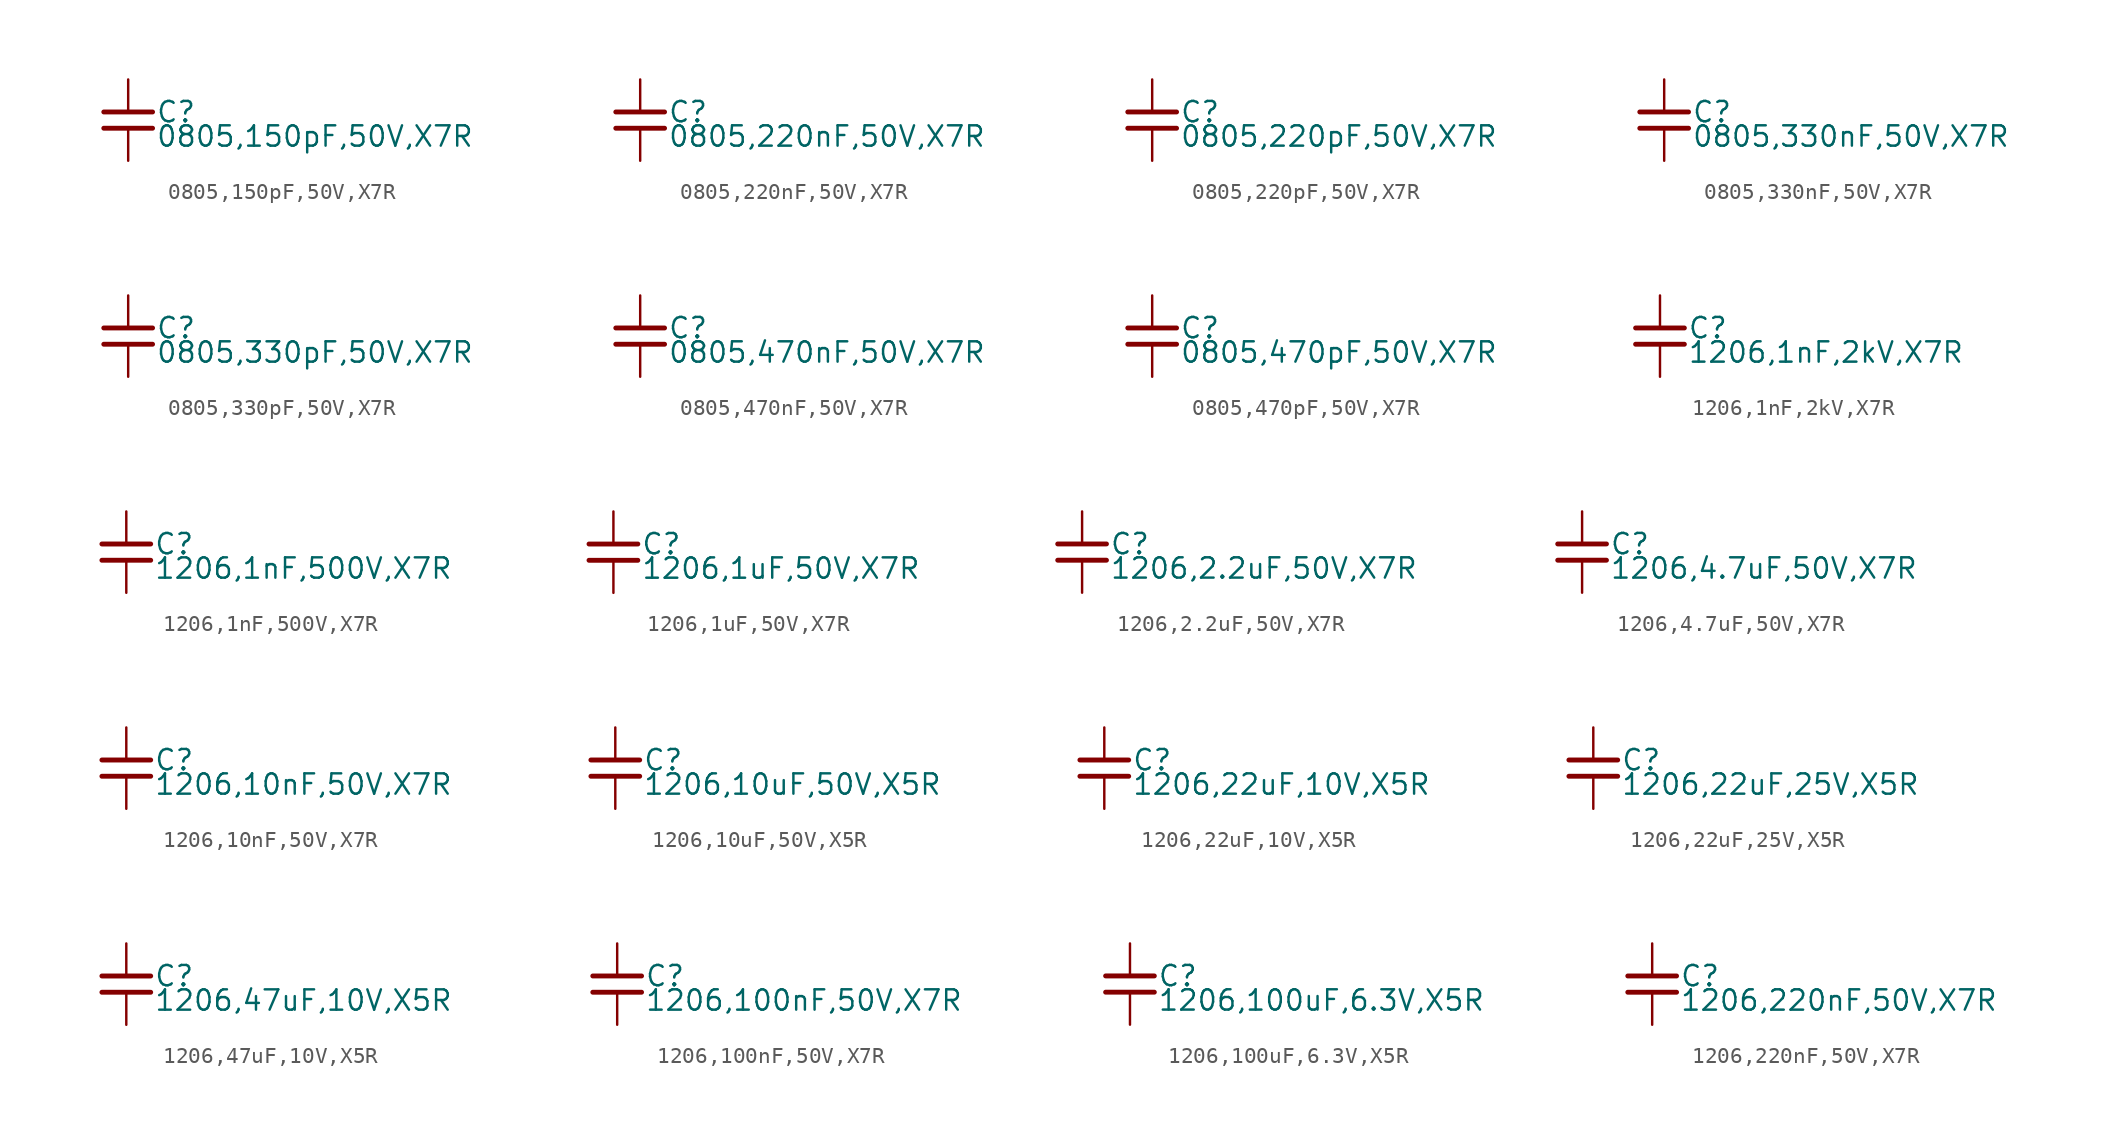
<source format=kicad_sym>
(kicad_symbol_lib
  (version 20231120)
  (generator "kicad_symbol_editor")
  (generator_version "8.0")
  (symbol "0805,150pF,50V,X7R "
    (property "Reference" "C"
      (at 1.71 0.508 0)
      (effects (font (size 1.27 1.27)) (justify left)))
    (property "Value" "0805,150pF,50V,X7R "
      (at 1.71 -1.016 0)
      (effects (font (size 1.27 1.27)) (justify left)))
    (property "ki_locked" ""
      (at 0 0 0)
      (effects (font (size 1.27 1.27))))
    (symbol "0805,150pF,50V,X7R _0_0"
      (polyline (pts (xy -1.524 -0.508) (xy 1.524 -0.508)) (stroke (width 0.305) (type default)) (fill (type none)))
      (polyline (pts (xy -1.524 0.508) (xy 1.524 0.508)) (stroke (width 0.305) (type default)) (fill (type none)))
      (pin passive line (at 0 2.54 270) (length 2.032) (name "~" (effects (font (size 0 0)))) (number "1" (effects (font (size 0 0)))))
      (pin passive line (at 0 -2.54 90) (length 2.032) (name "~" (effects (font (size 0 0)))) (number "2" (effects (font (size 0 0)))))))
  (symbol "0805,220nF,50V,X7R "
    (property "Reference" "C"
      (at 1.71 0.508 0)
      (effects (font (size 1.27 1.27)) (justify left)))
    (property "Value" "0805,220nF,50V,X7R "
      (at 1.71 -1.016 0)
      (effects (font (size 1.27 1.27)) (justify left)))
    (property "ki_locked" ""
      (at 0 0 0)
      (effects (font (size 1.27 1.27))))
    (symbol "0805,220nF,50V,X7R _0_0"
      (polyline (pts (xy -1.524 -0.508) (xy 1.524 -0.508)) (stroke (width 0.305) (type default)) (fill (type none)))
      (polyline (pts (xy -1.524 0.508) (xy 1.524 0.508)) (stroke (width 0.305) (type default)) (fill (type none)))
      (pin passive line (at 0 2.54 270) (length 2.032) (name "~" (effects (font (size 0 0)))) (number "1" (effects (font (size 0 0)))))
      (pin passive line (at 0 -2.54 90) (length 2.032) (name "~" (effects (font (size 0 0)))) (number "2" (effects (font (size 0 0)))))))
  (symbol "0805,220pF,50V,X7R "
    (property "Reference" "C"
      (at 1.71 0.508 0)
      (effects (font (size 1.27 1.27)) (justify left)))
    (property "Value" "0805,220pF,50V,X7R "
      (at 1.71 -1.016 0)
      (effects (font (size 1.27 1.27)) (justify left)))
    (property "ki_locked" ""
      (at 0 0 0)
      (effects (font (size 1.27 1.27))))
    (symbol "0805,220pF,50V,X7R _0_0"
      (polyline (pts (xy -1.524 -0.508) (xy 1.524 -0.508)) (stroke (width 0.305) (type default)) (fill (type none)))
      (polyline (pts (xy -1.524 0.508) (xy 1.524 0.508)) (stroke (width 0.305) (type default)) (fill (type none)))
      (pin passive line (at 0 2.54 270) (length 2.032) (name "~" (effects (font (size 0 0)))) (number "1" (effects (font (size 0 0)))))
      (pin passive line (at 0 -2.54 90) (length 2.032) (name "~" (effects (font (size 0 0)))) (number "2" (effects (font (size 0 0)))))))
  (symbol "0805,330nF,50V,X7R "
    (property "Reference" "C"
      (at 1.71 0.508 0)
      (effects (font (size 1.27 1.27)) (justify left)))
    (property "Value" "0805,330nF,50V,X7R "
      (at 1.71 -1.016 0)
      (effects (font (size 1.27 1.27)) (justify left)))
    (property "ki_locked" ""
      (at 0 0 0)
      (effects (font (size 1.27 1.27))))
    (symbol "0805,330nF,50V,X7R _0_0"
      (polyline (pts (xy -1.524 -0.508) (xy 1.524 -0.508)) (stroke (width 0.305) (type default)) (fill (type none)))
      (polyline (pts (xy -1.524 0.508) (xy 1.524 0.508)) (stroke (width 0.305) (type default)) (fill (type none)))
      (pin passive line (at 0 2.54 270) (length 2.032) (name "~" (effects (font (size 0 0)))) (number "1" (effects (font (size 0 0)))))
      (pin passive line (at 0 -2.54 90) (length 2.032) (name "~" (effects (font (size 0 0)))) (number "2" (effects (font (size 0 0)))))))
  (symbol "0805,330pF,50V,X7R "
    (property "Reference" "C"
      (at 1.71 0.508 0)
      (effects (font (size 1.27 1.27)) (justify left)))
    (property "Value" "0805,330pF,50V,X7R "
      (at 1.71 -1.016 0)
      (effects (font (size 1.27 1.27)) (justify left)))
    (property "ki_locked" ""
      (at 0 0 0)
      (effects (font (size 1.27 1.27))))
    (symbol "0805,330pF,50V,X7R _0_0"
      (polyline (pts (xy -1.524 -0.508) (xy 1.524 -0.508)) (stroke (width 0.305) (type default)) (fill (type none)))
      (polyline (pts (xy -1.524 0.508) (xy 1.524 0.508)) (stroke (width 0.305) (type default)) (fill (type none)))
      (pin passive line (at 0 2.54 270) (length 2.032) (name "~" (effects (font (size 0 0)))) (number "1" (effects (font (size 0 0)))))
      (pin passive line (at 0 -2.54 90) (length 2.032) (name "~" (effects (font (size 0 0)))) (number "2" (effects (font (size 0 0)))))))
  (symbol "0805,470nF,50V,X7R "
    (property "Reference" "C"
      (at 1.71 0.508 0)
      (effects (font (size 1.27 1.27)) (justify left)))
    (property "Value" "0805,470nF,50V,X7R "
      (at 1.71 -1.016 0)
      (effects (font (size 1.27 1.27)) (justify left)))
    (property "ki_locked" ""
      (at 0 0 0)
      (effects (font (size 1.27 1.27))))
    (symbol "0805,470nF,50V,X7R _0_0"
      (polyline (pts (xy -1.524 -0.508) (xy 1.524 -0.508)) (stroke (width 0.305) (type default)) (fill (type none)))
      (polyline (pts (xy -1.524 0.508) (xy 1.524 0.508)) (stroke (width 0.305) (type default)) (fill (type none)))
      (pin passive line (at 0 2.54 270) (length 2.032) (name "~" (effects (font (size 0 0)))) (number "1" (effects (font (size 0 0)))))
      (pin passive line (at 0 -2.54 90) (length 2.032) (name "~" (effects (font (size 0 0)))) (number "2" (effects (font (size 0 0)))))))
  (symbol "0805,470pF,50V,X7R "
    (property "Reference" "C"
      (at 1.71 0.508 0)
      (effects (font (size 1.27 1.27)) (justify left)))
    (property "Value" "0805,470pF,50V,X7R "
      (at 1.71 -1.016 0)
      (effects (font (size 1.27 1.27)) (justify left)))
    (property "ki_locked" ""
      (at 0 0 0)
      (effects (font (size 1.27 1.27))))
    (symbol "0805,470pF,50V,X7R _0_0"
      (polyline (pts (xy -1.524 -0.508) (xy 1.524 -0.508)) (stroke (width 0.305) (type default)) (fill (type none)))
      (polyline (pts (xy -1.524 0.508) (xy 1.524 0.508)) (stroke (width 0.305) (type default)) (fill (type none)))
      (pin passive line (at 0 2.54 270) (length 2.032) (name "~" (effects (font (size 0 0)))) (number "1" (effects (font (size 0 0)))))
      (pin passive line (at 0 -2.54 90) (length 2.032) (name "~" (effects (font (size 0 0)))) (number "2" (effects (font (size 0 0)))))))
  (symbol "1206,1nF,2kV,X7R "
    (property "Reference" "C"
      (at 1.71 0.508 0)
      (effects (font (size 1.27 1.27)) (justify left)))
    (property "Value" "1206,1nF,2kV,X7R "
      (at 1.71 -1.016 0)
      (effects (font (size 1.27 1.27)) (justify left)))
    (property "ki_locked" ""
      (at 0 0 0)
      (effects (font (size 1.27 1.27))))
    (symbol "1206,1nF,2kV,X7R _0_0"
      (polyline (pts (xy -1.524 -0.508) (xy 1.524 -0.508)) (stroke (width 0.305) (type default)) (fill (type none)))
      (polyline (pts (xy -1.524 0.508) (xy 1.524 0.508)) (stroke (width 0.305) (type default)) (fill (type none)))
      (pin passive line (at 0 2.54 270) (length 2.032) (name "~" (effects (font (size 0 0)))) (number "1" (effects (font (size 0 0)))))
      (pin passive line (at 0 -2.54 90) (length 2.032) (name "~" (effects (font (size 0 0)))) (number "2" (effects (font (size 0 0)))))))
  (symbol "1206,1nF,500V,X7R "
    (property "Reference" "C"
      (at 1.71 0.508 0)
      (effects (font (size 1.27 1.27)) (justify left)))
    (property "Value" "1206,1nF,500V,X7R "
      (at 1.71 -1.016 0)
      (effects (font (size 1.27 1.27)) (justify left)))
    (property "ki_locked" ""
      (at 0 0 0)
      (effects (font (size 1.27 1.27))))
    (symbol "1206,1nF,500V,X7R _0_0"
      (polyline (pts (xy -1.524 -0.508) (xy 1.524 -0.508)) (stroke (width 0.305) (type default)) (fill (type none)))
      (polyline (pts (xy -1.524 0.508) (xy 1.524 0.508)) (stroke (width 0.305) (type default)) (fill (type none)))
      (pin passive line (at 0 2.54 270) (length 2.032) (name "~" (effects (font (size 0 0)))) (number "1" (effects (font (size 0 0)))))
      (pin passive line (at 0 -2.54 90) (length 2.032) (name "~" (effects (font (size 0 0)))) (number "2" (effects (font (size 0 0)))))))
  (symbol "1206,1uF,50V,X7R "
    (property "Reference" "C"
      (at 1.71 0.508 0)
      (effects (font (size 1.27 1.27)) (justify left)))
    (property "Value" "1206,1uF,50V,X7R "
      (at 1.71 -1.016 0)
      (effects (font (size 1.27 1.27)) (justify left)))
    (property "ki_locked" ""
      (at 0 0 0)
      (effects (font (size 1.27 1.27))))
    (symbol "1206,1uF,50V,X7R _0_0"
      (polyline (pts (xy -1.524 -0.508) (xy 1.524 -0.508)) (stroke (width 0.305) (type default)) (fill (type none)))
      (polyline (pts (xy -1.524 0.508) (xy 1.524 0.508)) (stroke (width 0.305) (type default)) (fill (type none)))
      (pin passive line (at 0 2.54 270) (length 2.032) (name "~" (effects (font (size 0 0)))) (number "1" (effects (font (size 0 0)))))
      (pin passive line (at 0 -2.54 90) (length 2.032) (name "~" (effects (font (size 0 0)))) (number "2" (effects (font (size 0 0)))))))
  (symbol "1206,2.2uF,50V,X7R "
    (property "Reference" "C"
      (at 1.71 0.508 0)
      (effects (font (size 1.27 1.27)) (justify left)))
    (property "Value" "1206,2.2uF,50V,X7R "
      (at 1.71 -1.016 0)
      (effects (font (size 1.27 1.27)) (justify left)))
    (property "ki_locked" ""
      (at 0 0 0)
      (effects (font (size 1.27 1.27))))
    (symbol "1206,2.2uF,50V,X7R _0_0"
      (polyline (pts (xy -1.524 -0.508) (xy 1.524 -0.508)) (stroke (width 0.305) (type default)) (fill (type none)))
      (polyline (pts (xy -1.524 0.508) (xy 1.524 0.508)) (stroke (width 0.305) (type default)) (fill (type none)))
      (pin passive line (at 0 2.54 270) (length 2.032) (name "~" (effects (font (size 0 0)))) (number "1" (effects (font (size 0 0)))))
      (pin passive line (at 0 -2.54 90) (length 2.032) (name "~" (effects (font (size 0 0)))) (number "2" (effects (font (size 0 0)))))))
  (symbol "1206,4.7uF,50V,X7R "
    (property "Reference" "C"
      (at 1.71 0.508 0)
      (effects (font (size 1.27 1.27)) (justify left)))
    (property "Value" "1206,4.7uF,50V,X7R "
      (at 1.71 -1.016 0)
      (effects (font (size 1.27 1.27)) (justify left)))
    (property "ki_locked" ""
      (at 0 0 0)
      (effects (font (size 1.27 1.27))))
    (symbol "1206,4.7uF,50V,X7R _0_0"
      (polyline (pts (xy -1.524 -0.508) (xy 1.524 -0.508)) (stroke (width 0.305) (type default)) (fill (type none)))
      (polyline (pts (xy -1.524 0.508) (xy 1.524 0.508)) (stroke (width 0.305) (type default)) (fill (type none)))
      (pin passive line (at 0 2.54 270) (length 2.032) (name "~" (effects (font (size 0 0)))) (number "1" (effects (font (size 0 0)))))
      (pin passive line (at 0 -2.54 90) (length 2.032) (name "~" (effects (font (size 0 0)))) (number "2" (effects (font (size 0 0)))))))
  (symbol "1206,10nF,50V,X7R "
    (property "Reference" "C"
      (at 1.71 0.508 0)
      (effects (font (size 1.27 1.27)) (justify left)))
    (property "Value" "1206,10nF,50V,X7R "
      (at 1.71 -1.016 0)
      (effects (font (size 1.27 1.27)) (justify left)))
    (property "ki_locked" ""
      (at 0 0 0)
      (effects (font (size 1.27 1.27))))
    (symbol "1206,10nF,50V,X7R _0_0"
      (polyline (pts (xy -1.524 -0.508) (xy 1.524 -0.508)) (stroke (width 0.305) (type default)) (fill (type none)))
      (polyline (pts (xy -1.524 0.508) (xy 1.524 0.508)) (stroke (width 0.305) (type default)) (fill (type none)))
      (pin passive line (at 0 2.54 270) (length 2.032) (name "~" (effects (font (size 0 0)))) (number "1" (effects (font (size 0 0)))))
      (pin passive line (at 0 -2.54 90) (length 2.032) (name "~" (effects (font (size 0 0)))) (number "2" (effects (font (size 0 0)))))))
  (symbol "1206,10uF,50V,X5R "
    (property "Reference" "C"
      (at 1.71 0.508 0)
      (effects (font (size 1.27 1.27)) (justify left)))
    (property "Value" "1206,10uF,50V,X5R "
      (at 1.71 -1.016 0)
      (effects (font (size 1.27 1.27)) (justify left)))
    (property "ki_locked" ""
      (at 0 0 0)
      (effects (font (size 1.27 1.27))))
    (symbol "1206,10uF,50V,X5R _0_0"
      (polyline (pts (xy -1.524 -0.508) (xy 1.524 -0.508)) (stroke (width 0.305) (type default)) (fill (type none)))
      (polyline (pts (xy -1.524 0.508) (xy 1.524 0.508)) (stroke (width 0.305) (type default)) (fill (type none)))
      (pin passive line (at 0 2.54 270) (length 2.032) (name "~" (effects (font (size 0 0)))) (number "1" (effects (font (size 0 0)))))
      (pin passive line (at 0 -2.54 90) (length 2.032) (name "~" (effects (font (size 0 0)))) (number "2" (effects (font (size 0 0)))))))
  (symbol "1206,22uF,10V,X5R "
    (property "Reference" "C"
      (at 1.71 0.508 0)
      (effects (font (size 1.27 1.27)) (justify left)))
    (property "Value" "1206,22uF,10V,X5R "
      (at 1.71 -1.016 0)
      (effects (font (size 1.27 1.27)) (justify left)))
    (property "ki_locked" ""
      (at 0 0 0)
      (effects (font (size 1.27 1.27))))
    (symbol "1206,22uF,10V,X5R _0_0"
      (polyline (pts (xy -1.524 -0.508) (xy 1.524 -0.508)) (stroke (width 0.305) (type default)) (fill (type none)))
      (polyline (pts (xy -1.524 0.508) (xy 1.524 0.508)) (stroke (width 0.305) (type default)) (fill (type none)))
      (pin passive line (at 0 2.54 270) (length 2.032) (name "~" (effects (font (size 0 0)))) (number "1" (effects (font (size 0 0)))))
      (pin passive line (at 0 -2.54 90) (length 2.032) (name "~" (effects (font (size 0 0)))) (number "2" (effects (font (size 0 0)))))))
  (symbol "1206,22uF,25V,X5R "
    (property "Reference" "C"
      (at 1.71 0.508 0)
      (effects (font (size 1.27 1.27)) (justify left)))
    (property "Value" "1206,22uF,25V,X5R "
      (at 1.71 -1.016 0)
      (effects (font (size 1.27 1.27)) (justify left)))
    (property "ki_locked" ""
      (at 0 0 0)
      (effects (font (size 1.27 1.27))))
    (symbol "1206,22uF,25V,X5R _0_0"
      (polyline (pts (xy -1.524 -0.508) (xy 1.524 -0.508)) (stroke (width 0.305) (type default)) (fill (type none)))
      (polyline (pts (xy -1.524 0.508) (xy 1.524 0.508)) (stroke (width 0.305) (type default)) (fill (type none)))
      (pin passive line (at 0 2.54 270) (length 2.032) (name "~" (effects (font (size 0 0)))) (number "1" (effects (font (size 0 0)))))
      (pin passive line (at 0 -2.54 90) (length 2.032) (name "~" (effects (font (size 0 0)))) (number "2" (effects (font (size 0 0)))))))
  (symbol "1206,47uF,10V,X5R "
    (property "Reference" "C"
      (at 1.71 0.508 0)
      (effects (font (size 1.27 1.27)) (justify left)))
    (property "Value" "1206,47uF,10V,X5R "
      (at 1.71 -1.016 0)
      (effects (font (size 1.27 1.27)) (justify left)))
    (property "ki_locked" ""
      (at 0 0 0)
      (effects (font (size 1.27 1.27))))
    (symbol "1206,47uF,10V,X5R _0_0"
      (polyline (pts (xy -1.524 -0.508) (xy 1.524 -0.508)) (stroke (width 0.305) (type default)) (fill (type none)))
      (polyline (pts (xy -1.524 0.508) (xy 1.524 0.508)) (stroke (width 0.305) (type default)) (fill (type none)))
      (pin passive line (at 0 2.54 270) (length 2.032) (name "~" (effects (font (size 0 0)))) (number "1" (effects (font (size 0 0)))))
      (pin passive line (at 0 -2.54 90) (length 2.032) (name "~" (effects (font (size 0 0)))) (number "2" (effects (font (size 0 0)))))))
  (symbol "1206,100nF,50V,X7R "
    (property "Reference" "C"
      (at 1.71 0.508 0)
      (effects (font (size 1.27 1.27)) (justify left)))
    (property "Value" "1206,100nF,50V,X7R "
      (at 1.71 -1.016 0)
      (effects (font (size 1.27 1.27)) (justify left)))
    (property "ki_locked" ""
      (at 0 0 0)
      (effects (font (size 1.27 1.27))))
    (symbol "1206,100nF,50V,X7R _0_0"
      (polyline (pts (xy -1.524 -0.508) (xy 1.524 -0.508)) (stroke (width 0.305) (type default)) (fill (type none)))
      (polyline (pts (xy -1.524 0.508) (xy 1.524 0.508)) (stroke (width 0.305) (type default)) (fill (type none)))
      (pin passive line (at 0 2.54 270) (length 2.032) (name "~" (effects (font (size 0 0)))) (number "1" (effects (font (size 0 0)))))
      (pin passive line (at 0 -2.54 90) (length 2.032) (name "~" (effects (font (size 0 0)))) (number "2" (effects (font (size 0 0)))))))
  (symbol "1206,100uF,6.3V,X5R "
    (property "Reference" "C"
      (at 1.71 0.508 0)
      (effects (font (size 1.27 1.27)) (justify left)))
    (property "Value" "1206,100uF,6.3V,X5R "
      (at 1.71 -1.016 0)
      (effects (font (size 1.27 1.27)) (justify left)))
    (property "ki_locked" ""
      (at 0 0 0)
      (effects (font (size 1.27 1.27))))
    (symbol "1206,100uF,6.3V,X5R _0_0"
      (polyline (pts (xy -1.524 -0.508) (xy 1.524 -0.508)) (stroke (width 0.305) (type default)) (fill (type none)))
      (polyline (pts (xy -1.524 0.508) (xy 1.524 0.508)) (stroke (width 0.305) (type default)) (fill (type none)))
      (pin passive line (at 0 2.54 270) (length 2.032) (name "~" (effects (font (size 0 0)))) (number "1" (effects (font (size 0 0)))))
      (pin passive line (at 0 -2.54 90) (length 2.032) (name "~" (effects (font (size 0 0)))) (number "2" (effects (font (size 0 0)))))))
  (symbol "1206,220nF,50V,X7R "
    (property "Reference" "C"
      (at 1.71 0.508 0)
      (effects (font (size 1.27 1.27)) (justify left)))
    (property "Value" "1206,220nF,50V,X7R "
      (at 1.71 -1.016 0)
      (effects (font (size 1.27 1.27)) (justify left)))
    (property "ki_locked" ""
      (at 0 0 0)
      (effects (font (size 1.27 1.27))))
    (symbol "1206,220nF,50V,X7R _0_0"
      (polyline (pts (xy -1.524 -0.508) (xy 1.524 -0.508)) (stroke (width 0.305) (type default)) (fill (type none)))
      (polyline (pts (xy -1.524 0.508) (xy 1.524 0.508)) (stroke (width 0.305) (type default)) (fill (type none)))
      (pin passive line (at 0 2.54 270) (length 2.032) (name "~" (effects (font (size 0 0)))) (number "1" (effects (font (size 0 0)))))
      (pin passive line (at 0 -2.54 90) (length 2.032) (name "~" (effects (font (size 0 0)))) (number "2" (effects (font (size 0 0))))))))
</source>
